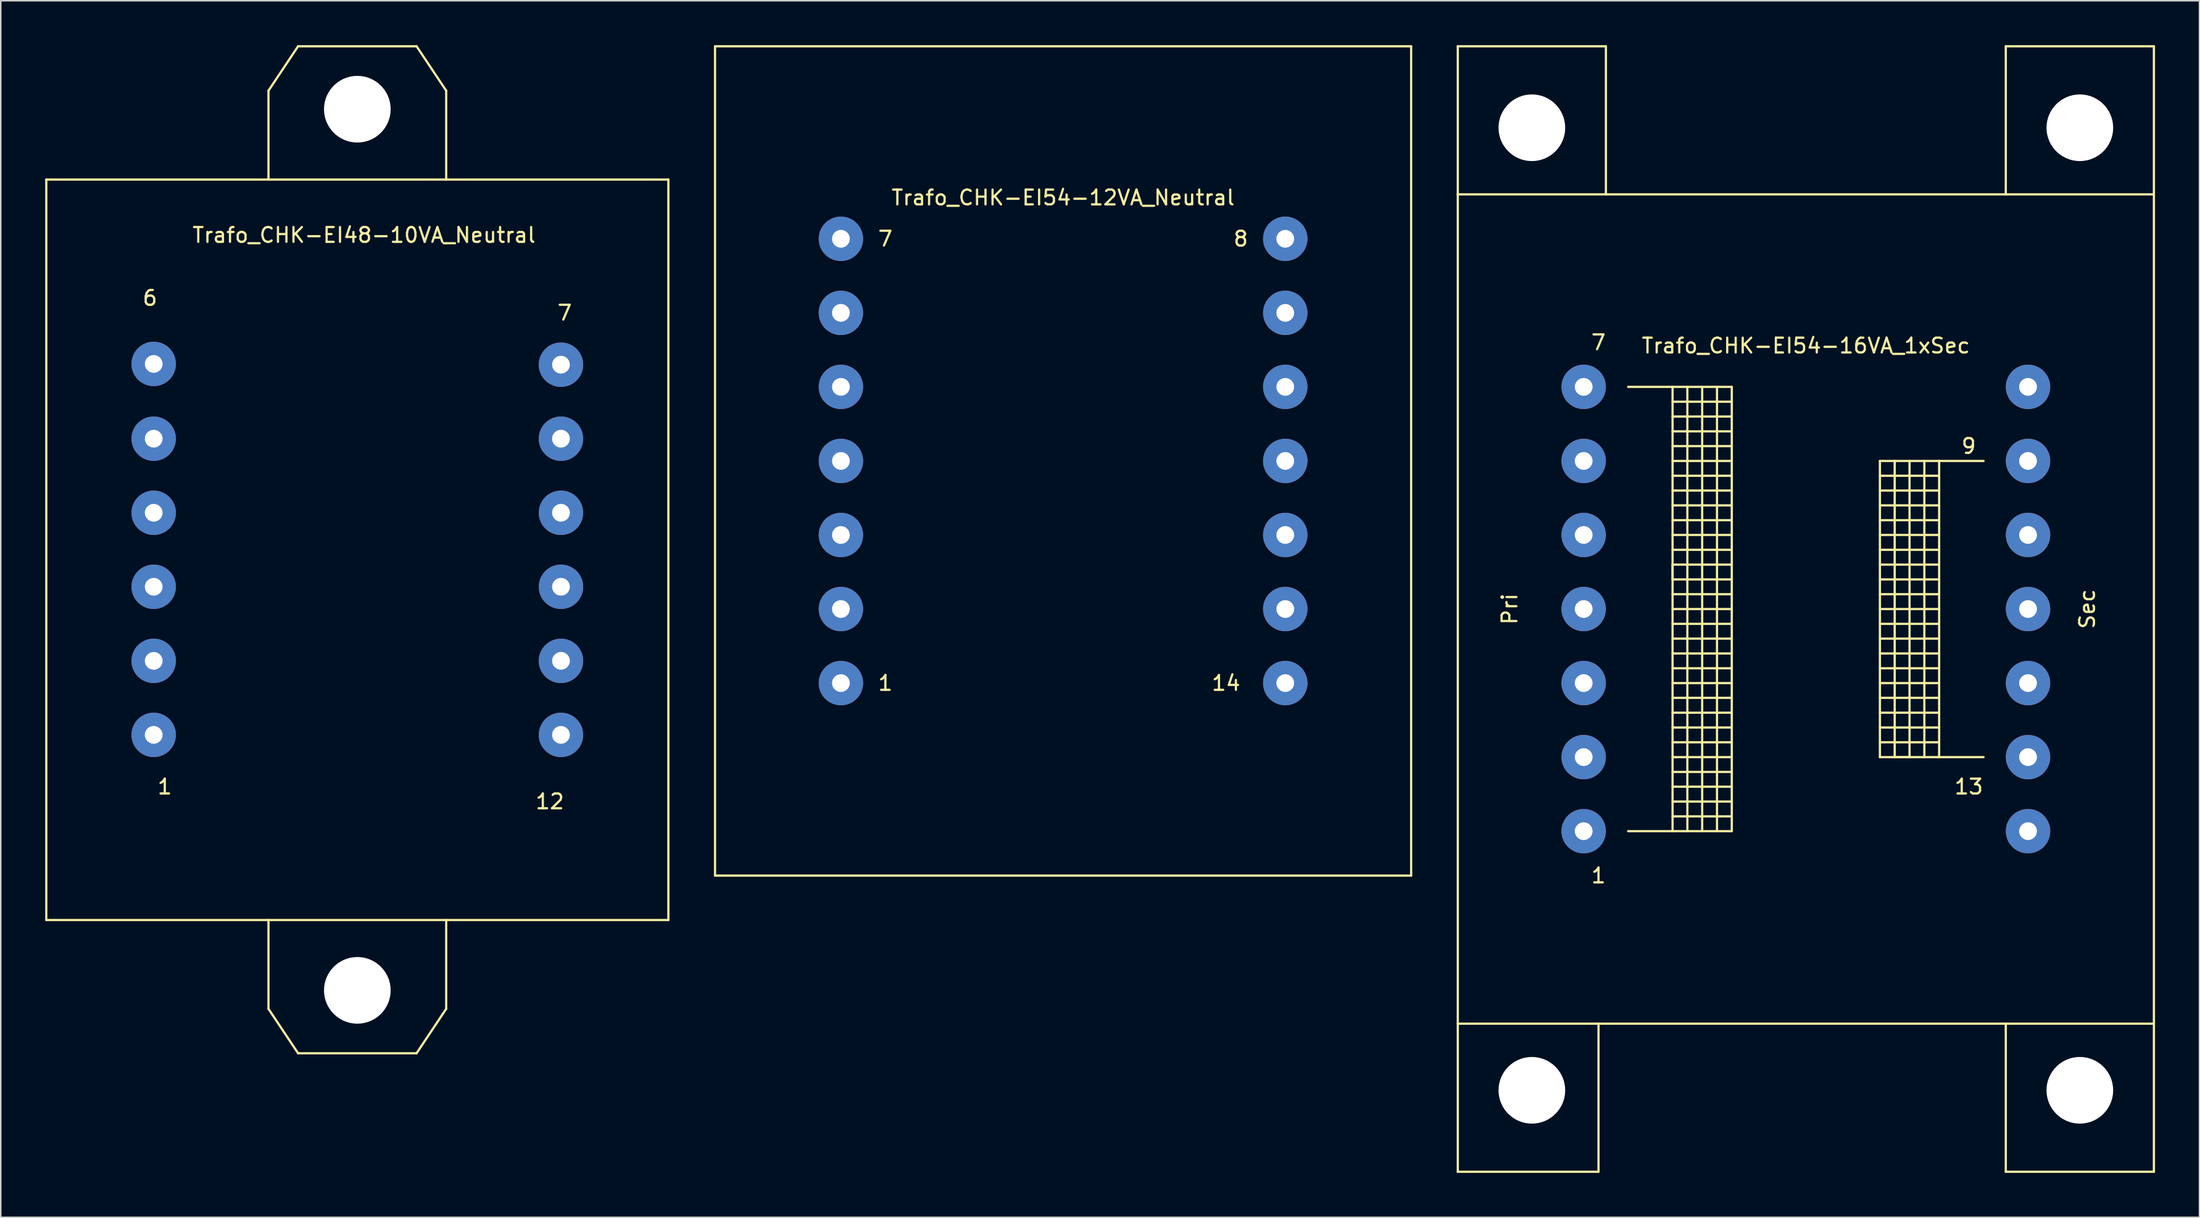
<source format=kicad_pcb>
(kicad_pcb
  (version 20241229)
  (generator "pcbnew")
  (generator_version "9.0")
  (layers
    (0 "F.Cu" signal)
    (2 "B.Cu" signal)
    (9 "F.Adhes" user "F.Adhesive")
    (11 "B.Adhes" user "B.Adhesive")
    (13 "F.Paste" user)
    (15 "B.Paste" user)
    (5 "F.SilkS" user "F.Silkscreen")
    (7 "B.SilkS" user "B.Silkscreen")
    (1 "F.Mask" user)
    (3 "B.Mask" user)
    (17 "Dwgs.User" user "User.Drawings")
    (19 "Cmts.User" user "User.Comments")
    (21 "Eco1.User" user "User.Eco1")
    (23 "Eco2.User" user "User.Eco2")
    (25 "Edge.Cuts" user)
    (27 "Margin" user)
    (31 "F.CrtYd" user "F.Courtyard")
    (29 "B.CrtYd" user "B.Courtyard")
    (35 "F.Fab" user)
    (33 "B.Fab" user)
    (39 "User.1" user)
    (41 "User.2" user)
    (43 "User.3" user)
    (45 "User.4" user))
  (footprint "Trafo_CHK-EI54-12VA_Neutral"
    (layer "F.Cu")
    (at 68.727 28.076)
    (property "Reference" "Trafo_CHK-EI54-12VA_Neutral" (at 0 -17.78 0) (layer "F.SilkS") (effects (font (size 1 1) (thickness 0.15))))
    (attr through_hole)
    (fp_line (start -23.5 -28.001) (end -23.5 28.001) (stroke (width 0.15) (type solid)) (layer "F.SilkS"))
    (fp_line (start -23.5 28.001) (end 23.5 28.001) (stroke (width 0.15) (type solid)) (layer "F.SilkS"))
    (fp_line (start 23.5 -28.001) (end -23.5 -28.001) (stroke (width 0.15) (type solid)) (layer "F.SilkS"))
    (fp_line (start 23.5 28.001) (end 23.5 -28.001) (stroke (width 0.15) (type solid)) (layer "F.SilkS"))
    (fp_text user "7" (at -11.999 -15.001 0) (layer "F.SilkS") (effects (font (size 1 1) (thickness 0.15))))
    (fp_text user "14" (at 11.001 15.001 0) (layer "F.SilkS") (effects (font (size 1 1) (thickness 0.15))))
    (fp_text user "1" (at -11.999 15.001 0) (layer "F.SilkS") (effects (font (size 1 1) (thickness 0.15))))
    (fp_text user "8" (at 11.999 -15.001 0) (layer "F.SilkS") (effects (font (size 1 1) (thickness 0.15))))
    (pad "1" thru_hole circle (at -15.001 15.001) (size 3 3) (drill 1.199) (layers "*.Cu" "*.Mask"))
    (pad "2" thru_hole circle (at -15.001 10) (size 3 3) (drill 1.199) (layers "*.Cu" "*.Mask"))
    (pad "3" thru_hole circle (at -15.001 5.001) (size 3 3) (drill 1.199) (layers "*.Cu" "*.Mask"))
    (pad "4" thru_hole circle (at -15.001 0) (size 3 3) (drill 1.199) (layers "*.Cu" "*.Mask"))
    (pad "5" thru_hole circle (at -15.001 -5.001) (size 3 3) (drill 1.199) (layers "*.Cu" "*.Mask"))
    (pad "6" thru_hole circle (at -15.001 -10) (size 3 3) (drill 1.199) (layers "*.Cu" "*.Mask"))
    (pad "7" thru_hole circle (at -15.001 -15.001) (size 3 3) (drill 1.199) (layers "*.Cu" "*.Mask"))
    (pad "8" thru_hole circle (at 15.001 -15.001) (size 3 3) (drill 1.199) (layers "*.Cu" "*.Mask"))
    (pad "9" thru_hole circle (at 15.001 -10) (size 3 3) (drill 1.199) (layers "*.Cu" "*.Mask"))
    (pad "10" thru_hole circle (at 15.001 -5.001) (size 3 3) (drill 1.199) (layers "*.Cu" "*.Mask"))
    (pad "11" thru_hole circle (at 15.001 0) (size 3 3) (drill 1.199) (layers "*.Cu" "*.Mask"))
    (pad "12" thru_hole circle (at 15.001 5.001) (size 3 3) (drill 1.199) (layers "*.Cu" "*.Mask"))
    (pad "13" thru_hole circle (at 15.001 10) (size 3 3) (drill 1.199) (layers "*.Cu" "*.Mask"))
    (pad "14" thru_hole circle (at 15.001 15.001) (size 3 3) (drill 1.199) (layers "*.Cu" "*.Mask")))
  (footprint "Trafo_CHK-EI54-16VA_1xSec"
    (layer "F.Cu")
    (at 118.877 38.076)
    (property "Reference" "Trafo_CHK-EI54-16VA_1xSec" (at 0 -17.78 0) (layer "F.SilkS") (effects (font (size 1 1) (thickness 0.15))))
    (attr through_hole)
    (fp_line (start -23.5 -38.001) (end -13.5 -38.001) (stroke (width 0.15) (type solid)) (layer "F.SilkS"))
    (fp_line (start -23.5 -28.001) (end -23.5 -38.001) (stroke (width 0.15) (type solid)) (layer "F.SilkS"))
    (fp_line (start -23.5 -28.001) (end -23.5 28.001) (stroke (width 0.15) (type solid)) (layer "F.SilkS"))
    (fp_line (start -23.5 28.001) (end -23.5 38.001) (stroke (width 0.15) (type solid)) (layer "F.SilkS"))
    (fp_line (start -23.5 28.001) (end 23.5 28.001) (stroke (width 0.15) (type solid)) (layer "F.SilkS"))
    (fp_line (start -23.5 38.001) (end -14 38.001) (stroke (width 0.15) (type solid)) (layer "F.SilkS"))
    (fp_line (start -14 38.001) (end -14 28.001) (stroke (width 0.15) (type solid)) (layer "F.SilkS"))
    (fp_line (start -13.5 -38.001) (end -13.5 -28.001) (stroke (width 0.15) (type solid)) (layer "F.SilkS"))
    (fp_line (start -11.999 -15.001) (end -8.999 -15.001) (stroke (width 0.15) (type solid)) (layer "F.SilkS"))
    (fp_line (start -8.999 -15.001) (end -8.999 15.001) (stroke (width 0.15) (type solid)) (layer "F.SilkS"))
    (fp_line (start -8.999 -15.001) (end -5.001 -15.001) (stroke (width 0.15) (type solid)) (layer "F.SilkS"))
    (fp_line (start -8.999 -14) (end -5.001 -14) (stroke (width 0.15) (type solid)) (layer "F.SilkS"))
    (fp_line (start -8.999 -11.999) (end -5.001 -11.999) (stroke (width 0.15) (type solid)) (layer "F.SilkS"))
    (fp_line (start -8.999 -10) (end -5.001 -10) (stroke (width 0.15) (type solid)) (layer "F.SilkS"))
    (fp_line (start -8.999 -8.001) (end -5.001 -8.001) (stroke (width 0.15) (type solid)) (layer "F.SilkS"))
    (fp_line (start -8.999 -5.999) (end -5.001 -5.999) (stroke (width 0.15) (type solid)) (layer "F.SilkS"))
    (fp_line (start -8.999 -4) (end -5.001 -4) (stroke (width 0.15) (type solid)) (layer "F.SilkS"))
    (fp_line (start -8.999 -3) (end -8.999 -1.999) (stroke (width 0.15) (type solid)) (layer "F.SilkS"))
    (fp_line (start -8.999 -1.999) (end -5.001 -1.999) (stroke (width 0.15) (type solid)) (layer "F.SilkS"))
    (fp_line (start -8.999 0) (end -5.001 0) (stroke (width 0.15) (type solid)) (layer "F.SilkS"))
    (fp_line (start -8.999 1.999) (end -5.001 1.999) (stroke (width 0.15) (type solid)) (layer "F.SilkS"))
    (fp_line (start -8.999 4) (end -5.001 4) (stroke (width 0.15) (type solid)) (layer "F.SilkS"))
    (fp_line (start -8.999 5.999) (end -5.001 5.999) (stroke (width 0.15) (type solid)) (layer "F.SilkS"))
    (fp_line (start -8.999 8.001) (end -5.001 8.001) (stroke (width 0.15) (type solid)) (layer "F.SilkS"))
    (fp_line (start -8.999 10) (end -5.001 10) (stroke (width 0.15) (type solid)) (layer "F.SilkS"))
    (fp_line (start -8.999 11.999) (end -5.001 11.999) (stroke (width 0.15) (type solid)) (layer "F.SilkS"))
    (fp_line (start -8.999 14) (end -5.001 14) (stroke (width 0.15) (type solid)) (layer "F.SilkS"))
    (fp_line (start -8.999 15.001) (end -11.999 15.001) (stroke (width 0.15) (type solid)) (layer "F.SilkS"))
    (fp_line (start -8.001 15.001) (end -8.001 -15.001) (stroke (width 0.15) (type solid)) (layer "F.SilkS"))
    (fp_line (start -7 -15.001) (end -7 15.001) (stroke (width 0.15) (type solid)) (layer "F.SilkS"))
    (fp_line (start -5.999 15.001) (end -5.999 -15.001) (stroke (width 0.15) (type solid)) (layer "F.SilkS"))
    (fp_line (start -5.001 -15.001) (end -5.001 15.001) (stroke (width 0.15) (type solid)) (layer "F.SilkS"))
    (fp_line (start -5.001 -13) (end -8.999 -13) (stroke (width 0.15) (type solid)) (layer "F.SilkS"))
    (fp_line (start -5.001 -11.001) (end -8.999 -11.001) (stroke (width 0.15) (type solid)) (layer "F.SilkS"))
    (fp_line (start -5.001 -8.999) (end -8.999 -8.999) (stroke (width 0.15) (type solid)) (layer "F.SilkS"))
    (fp_line (start -5.001 -7) (end -8.999 -7) (stroke (width 0.15) (type solid)) (layer "F.SilkS"))
    (fp_line (start -5.001 -5.001) (end -8.999 -5.001) (stroke (width 0.15) (type solid)) (layer "F.SilkS"))
    (fp_line (start -5.001 -3) (end -8.999 -3) (stroke (width 0.15) (type solid)) (layer "F.SilkS"))
    (fp_line (start -5.001 -1.001) (end -8.999 -1.001) (stroke (width 0.15) (type solid)) (layer "F.SilkS"))
    (fp_line (start -5.001 1.001) (end -8.999 1.001) (stroke (width 0.15) (type solid)) (layer "F.SilkS"))
    (fp_line (start -5.001 3) (end -8.999 3) (stroke (width 0.15) (type solid)) (layer "F.SilkS"))
    (fp_line (start -5.001 5.001) (end -8.999 5.001) (stroke (width 0.15) (type solid)) (layer "F.SilkS"))
    (fp_line (start -5.001 7) (end -8.999 7) (stroke (width 0.15) (type solid)) (layer "F.SilkS"))
    (fp_line (start -5.001 8.999) (end -8.999 8.999) (stroke (width 0.15) (type solid)) (layer "F.SilkS"))
    (fp_line (start -5.001 11.001) (end -8.999 11.001) (stroke (width 0.15) (type solid)) (layer "F.SilkS"))
    (fp_line (start -5.001 13) (end -8.999 13) (stroke (width 0.15) (type solid)) (layer "F.SilkS"))
    (fp_line (start -5.001 15.001) (end -8.999 15.001) (stroke (width 0.15) (type solid)) (layer "F.SilkS"))
    (fp_line (start 5.001 -10) (end 5.001 10) (stroke (width 0.15) (type solid)) (layer "F.SilkS"))
    (fp_line (start 5.001 -8.999) (end 8.999 -8.999) (stroke (width 0.15) (type solid)) (layer "F.SilkS"))
    (fp_line (start 5.001 -7) (end 8.999 -7) (stroke (width 0.15) (type solid)) (layer "F.SilkS"))
    (fp_line (start 5.001 -5.001) (end 8.999 -5.001) (stroke (width 0.15) (type solid)) (layer "F.SilkS"))
    (fp_line (start 5.001 -3) (end 8.999 -3) (stroke (width 0.15) (type solid)) (layer "F.SilkS"))
    (fp_line (start 5.001 -1.001) (end 8.999 -1.001) (stroke (width 0.15) (type solid)) (layer "F.SilkS"))
    (fp_line (start 5.001 1.001) (end 8.999 1.001) (stroke (width 0.15) (type solid)) (layer "F.SilkS"))
    (fp_line (start 5.001 3) (end 8.999 3) (stroke (width 0.15) (type solid)) (layer "F.SilkS"))
    (fp_line (start 5.001 5.001) (end 8.999 5.001) (stroke (width 0.15) (type solid)) (layer "F.SilkS"))
    (fp_line (start 5.001 7) (end 8.999 7) (stroke (width 0.15) (type solid)) (layer "F.SilkS"))
    (fp_line (start 5.001 8.999) (end 8.999 8.999) (stroke (width 0.15) (type solid)) (layer "F.SilkS"))
    (fp_line (start 5.001 10) (end 8.999 10) (stroke (width 0.15) (type solid)) (layer "F.SilkS"))
    (fp_line (start 5.999 10) (end 5.999 -10) (stroke (width 0.15) (type solid)) (layer "F.SilkS"))
    (fp_line (start 7 -10) (end 7 10) (stroke (width 0.15) (type solid)) (layer "F.SilkS"))
    (fp_line (start 7 10) (end 5.999 10) (stroke (width 0.15) (type solid)) (layer "F.SilkS"))
    (fp_line (start 8.001 10) (end 8.001 -10) (stroke (width 0.15) (type solid)) (layer "F.SilkS"))
    (fp_line (start 8.999 -10) (end 5.001 -10) (stroke (width 0.15) (type solid)) (layer "F.SilkS"))
    (fp_line (start 8.999 -10) (end 8.999 10) (stroke (width 0.15) (type solid)) (layer "F.SilkS"))
    (fp_line (start 8.999 -8.001) (end 5.001 -8.001) (stroke (width 0.15) (type solid)) (layer "F.SilkS"))
    (fp_line (start 8.999 -5.999) (end 5.001 -5.999) (stroke (width 0.15) (type solid)) (layer "F.SilkS"))
    (fp_line (start 8.999 -4) (end 5.001 -4) (stroke (width 0.15) (type solid)) (layer "F.SilkS"))
    (fp_line (start 8.999 -1.999) (end 5.001 -1.999) (stroke (width 0.15) (type solid)) (layer "F.SilkS"))
    (fp_line (start 8.999 0) (end 5.001 0) (stroke (width 0.15) (type solid)) (layer "F.SilkS"))
    (fp_line (start 8.999 1.999) (end 5.001 1.999) (stroke (width 0.15) (type solid)) (layer "F.SilkS"))
    (fp_line (start 8.999 4) (end 5.001 4) (stroke (width 0.15) (type solid)) (layer "F.SilkS"))
    (fp_line (start 8.999 5.999) (end 5.001 5.999) (stroke (width 0.15) (type solid)) (layer "F.SilkS"))
    (fp_line (start 8.999 8.001) (end 5.001 8.001) (stroke (width 0.15) (type solid)) (layer "F.SilkS"))
    (fp_line (start 8.999 10) (end 11.999 10) (stroke (width 0.15) (type solid)) (layer "F.SilkS"))
    (fp_line (start 11.999 -10) (end 8.999 -10) (stroke (width 0.15) (type solid)) (layer "F.SilkS"))
    (fp_line (start 13.5 -38.001) (end 13.5 -28.001) (stroke (width 0.15) (type solid)) (layer "F.SilkS"))
    (fp_line (start 13.5 38.001) (end 13.5 28.001) (stroke (width 0.15) (type solid)) (layer "F.SilkS"))
    (fp_line (start 23.5 -38.001) (end 13.5 -38.001) (stroke (width 0.15) (type solid)) (layer "F.SilkS"))
    (fp_line (start 23.5 -28.001) (end -23.5 -28.001) (stroke (width 0.15) (type solid)) (layer "F.SilkS"))
    (fp_line (start 23.5 -28.001) (end 23.5 -38.001) (stroke (width 0.15) (type solid)) (layer "F.SilkS"))
    (fp_line (start 23.5 28.001) (end 23.5 -28.001) (stroke (width 0.15) (type solid)) (layer "F.SilkS"))
    (fp_line (start 23.5 28.001) (end 23.5 38.001) (stroke (width 0.15) (type solid)) (layer "F.SilkS"))
    (fp_line (start 23.5 38.001) (end 13.5 38.001) (stroke (width 0.15) (type solid)) (layer "F.SilkS"))
    (fp_text user "9" (at 10.998 -11.001 0) (layer "F.SilkS") (effects (font (size 1 1) (thickness 0.15))))
    (fp_text user "Pri" (at -20 0 90) (layer "F.SilkS") (effects (font (size 1 1) (thickness 0.15))))
    (fp_text user "Sec" (at 18.999 0 90) (layer "F.SilkS") (effects (font (size 1 1) (thickness 0.15))))
    (fp_text user "1" (at -14 18.001 0) (layer "F.SilkS") (effects (font (size 1 1) (thickness 0.15))))
    (fp_text user "7" (at -14 -18.001 0) (layer "F.SilkS") (effects (font (size 1 1) (thickness 0.15))))
    (fp_text user "13" (at 11.001 11.999 0) (layer "F.SilkS") (effects (font (size 1 1) (thickness 0.15))))
    (pad "" np_thru_hole circle (at -18.499 -32.499) (size 4.501 4.501) (drill 4.501) (layers "*.Cu" "*.Mask"))
    (pad "" np_thru_hole circle (at -18.499 32.499) (size 4.501 4.501) (drill 4.501) (layers "*.Cu" "*.Mask"))
    (pad "" np_thru_hole circle (at 18.499 -32.499) (size 4.501 4.501) (drill 4.501) (layers "*.Cu" "*.Mask"))
    (pad "" np_thru_hole circle (at 18.499 32.499) (size 4.501 4.501) (drill 4.501) (layers "*.Cu" "*.Mask"))
    (pad "1" thru_hole circle (at -15.001 15.001) (size 3 3) (drill 1.199) (layers "*.Cu" "*.Mask"))
    (pad "2" thru_hole circle (at -15.001 10) (size 3 3) (drill 1.199) (layers "*.Cu" "*.Mask"))
    (pad "3" thru_hole circle (at -15.001 5.001) (size 3 3) (drill 1.199) (layers "*.Cu" "*.Mask"))
    (pad "4" thru_hole circle (at -15.001 0) (size 3 3) (drill 1.199) (layers "*.Cu" "*.Mask"))
    (pad "5" thru_hole circle (at -15.001 -5.001) (size 3 3) (drill 1.199) (layers "*.Cu" "*.Mask"))
    (pad "6" thru_hole circle (at -15.001 -10) (size 3 3) (drill 1.199) (layers "*.Cu" "*.Mask"))
    (pad "7" thru_hole circle (at -15.001 -15.001) (size 3 3) (drill 1.199) (layers "*.Cu" "*.Mask"))
    (pad "8" thru_hole circle (at 15.001 -15.001) (size 3 3) (drill 1.199) (layers "*.Cu" "*.Mask"))
    (pad "9" thru_hole circle (at 15.001 -10) (size 3 3) (drill 1.199) (layers "*.Cu" "*.Mask"))
    (pad "10" thru_hole circle (at 15.001 -5.001) (size 3 3) (drill 1.199) (layers "*.Cu" "*.Mask"))
    (pad "11" thru_hole circle (at 15.001 0) (size 3 3) (drill 1.199) (layers "*.Cu" "*.Mask"))
    (pad "12" thru_hole circle (at 15.001 5.001) (size 3 3) (drill 1.199) (layers "*.Cu" "*.Mask"))
    (pad "13" thru_hole circle (at 15.001 10) (size 3 3) (drill 1.199) (layers "*.Cu" "*.Mask"))
    (pad "14" thru_hole circle (at 15.001 15.001) (size 3 3) (drill 1.199) (layers "*.Cu" "*.Mask")))
  (footprint "Trafo_CHK-EI48-10VA_Neutral"
    (layer "F.Cu")
    (at 21.076 34.075)
    (property "Reference" "Trafo_CHK-EI48-10VA_Neutral" (at 0.45 -21.25 0) (layer "F.SilkS") (effects (font (size 1 1) (thickness 0.15))))
    (attr through_hole)
    (fp_line (start -21.001 -25.001) (end -21.001 25.001) (stroke (width 0.15) (type solid)) (layer "F.SilkS"))
    (fp_line (start -21.001 25.001) (end 21.001 25.001) (stroke (width 0.15) (type solid)) (layer "F.SilkS"))
    (fp_line (start -5.999 -31.001) (end -5.999 -25.001) (stroke (width 0.15) (type solid)) (layer "F.SilkS"))
    (fp_line (start -5.999 31.001) (end -5.999 25.001) (stroke (width 0.15) (type solid)) (layer "F.SilkS"))
    (fp_line (start -4 -34) (end -5.999 -31.001) (stroke (width 0.15) (type solid)) (layer "F.SilkS"))
    (fp_line (start -4 34) (end -5.999 31.001) (stroke (width 0.15) (type solid)) (layer "F.SilkS"))
    (fp_line (start 4 -34) (end -4 -34) (stroke (width 0.15) (type solid)) (layer "F.SilkS"))
    (fp_line (start 4 34) (end -4 34) (stroke (width 0.15) (type solid)) (layer "F.SilkS"))
    (fp_line (start 5.999 -31.001) (end 4 -34) (stroke (width 0.15) (type solid)) (layer "F.SilkS"))
    (fp_line (start 5.999 -25.001) (end 5.999 -31.001) (stroke (width 0.15) (type solid)) (layer "F.SilkS"))
    (fp_line (start 5.999 25.001) (end 5.999 31.001) (stroke (width 0.15) (type solid)) (layer "F.SilkS"))
    (fp_line (start 5.999 31.001) (end 4 34) (stroke (width 0.15) (type solid)) (layer "F.SilkS"))
    (fp_line (start 21.001 -25.001) (end -21.001 -25.001) (stroke (width 0.15) (type solid)) (layer "F.SilkS"))
    (fp_line (start 21.001 25.001) (end 21.001 -25.001) (stroke (width 0.15) (type solid)) (layer "F.SilkS"))
    (fp_text user "12" (at 13 17 0) (layer "F.SilkS") (effects (font (size 1 1) (thickness 0.15))))
    (fp_text user "1" (at -13 15.999 0) (layer "F.SilkS") (effects (font (size 1 1) (thickness 0.15))))
    (fp_text user "7" (at 14 -15.999 0) (layer "F.SilkS") (effects (font (size 1 1) (thickness 0.15))))
    (fp_text user "6" (at -14 -17 0) (layer "F.SilkS") (effects (font (size 1 1) (thickness 0.15))))
    (pad "" np_thru_hole circle (at 0 -29.751) (size 4.501 4.501) (drill 4.501) (layers "*.Cu" "*.Mask"))
    (pad "" np_thru_hole circle (at 0 29.751) (size 4.501 4.501) (drill 4.501) (layers "*.Cu" "*.Mask"))
    (pad "1" thru_hole circle (at -13.749 12.499) (size 3 3) (drill 1.199) (layers "*.Cu" "*.Mask"))
    (pad "2" thru_hole circle (at -13.749 7.501) (size 3 3) (drill 1.199) (layers "*.Cu" "*.Mask"))
    (pad "3" thru_hole circle (at -13.749 2.499) (size 3 3) (drill 1.199) (layers "*.Cu" "*.Mask"))
    (pad "4" thru_hole circle (at -13.749 -2.499) (size 3 3) (drill 1.199) (layers "*.Cu" "*.Mask"))
    (pad "5" thru_hole circle (at -13.749 -7.501) (size 3 3) (drill 1.199) (layers "*.Cu" "*.Mask"))
    (pad "6" thru_hole circle (at -13.749 -12.55) (size 3 3) (drill 1.199) (layers "*.Cu" "*.Mask"))
    (pad "7" thru_hole circle (at 13.749 -12.499) (size 3 3) (drill 1.199) (layers "*.Cu" "*.Mask"))
    (pad "8" thru_hole circle (at 13.749 -7.501) (size 3 3) (drill 1.199) (layers "*.Cu" "*.Mask"))
    (pad "9" thru_hole circle (at 13.749 -2.499) (size 3 3) (drill 1.199) (layers "*.Cu" "*.Mask"))
    (pad "10" thru_hole circle (at 13.749 2.499) (size 3 3) (drill 1.199) (layers "*.Cu" "*.Mask"))
    (pad "11" thru_hole circle (at 13.749 7.501) (size 3 3) (drill 1.199) (layers "*.Cu" "*.Mask"))
    (pad "12" thru_hole circle (at 13.749 12.499) (size 3 3) (drill 1.199) (layers "*.Cu" "*.Mask")))
  (gr_rect
    (start -3 -3)
    (end 145.452 79.152)
    (stroke (width 0.1) (type default))
    (fill no)
    (layer "Edge.Cuts")))
</source>
